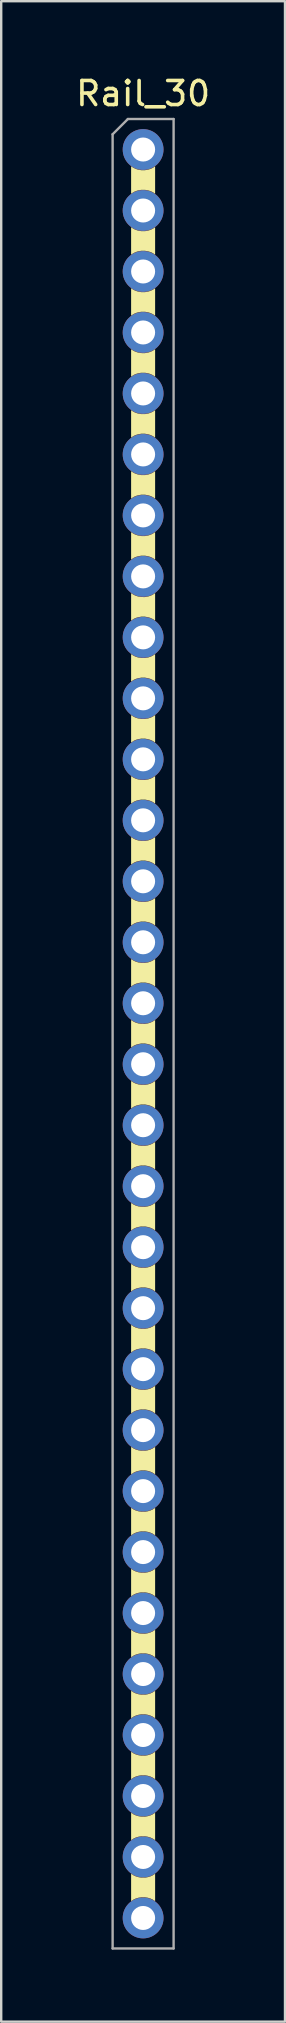
<source format=kicad_pcb>
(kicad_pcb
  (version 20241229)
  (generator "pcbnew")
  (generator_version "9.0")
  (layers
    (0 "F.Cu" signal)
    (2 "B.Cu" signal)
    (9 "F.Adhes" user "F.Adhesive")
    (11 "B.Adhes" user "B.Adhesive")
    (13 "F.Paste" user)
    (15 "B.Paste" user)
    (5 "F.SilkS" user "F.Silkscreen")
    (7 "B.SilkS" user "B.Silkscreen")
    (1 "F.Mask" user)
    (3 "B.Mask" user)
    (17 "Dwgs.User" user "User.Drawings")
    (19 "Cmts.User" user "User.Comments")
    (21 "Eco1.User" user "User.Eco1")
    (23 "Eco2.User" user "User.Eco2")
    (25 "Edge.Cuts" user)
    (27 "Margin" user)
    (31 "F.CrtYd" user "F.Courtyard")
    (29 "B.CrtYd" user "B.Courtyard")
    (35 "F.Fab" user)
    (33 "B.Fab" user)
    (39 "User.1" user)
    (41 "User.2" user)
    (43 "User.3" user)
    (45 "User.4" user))
  (footprint "Rail_30"
    (layer "F.Cu")
    (at 2.911 3.178)
    (property "Reference" "Rail_30" (at 0 -2.33 0) (layer "F.SilkS") (effects (font (size 1 1) (thickness 0.15))))
    (attr through_hole)
    (fp_poly (pts (xy 0.5 1.84) (xy 0.39 1.77) (xy 0.3 1.73) (xy 0.2 1.7) (xy 0.08 1.68) (xy 0 1.68) (xy -0.08 1.68) (xy -0.2 1.7) (xy -0.3 1.73) (xy -0.39 1.77) (xy -0.5 1.84) (xy -0.5 0.7) (xy -0.39 0.77) (xy -0.3 0.81) (xy -0.2 0.84) (xy -0.08 0.86) (xy 0 0.86) (xy 0.08 0.86) (xy 0.2 0.84) (xy 0.3 0.81) (xy 0.39 0.77) (xy 0.5 0.7)) (stroke (width 0) (type solid)) (fill yes) (layer "F.SilkS"))
    (fp_poly (pts (xy 0.5 4.379) (xy 0.39 4.309) (xy 0.3 4.269) (xy 0.2 4.239) (xy 0.08 4.219) (xy 0 4.219) (xy -0.08 4.219) (xy -0.2 4.239) (xy -0.3 4.269) (xy -0.39 4.309) (xy -0.5 4.379) (xy -0.5 3.239) (xy -0.39 3.309) (xy -0.3 3.349) (xy -0.2 3.379) (xy -0.08 3.399) (xy 0 3.4) (xy 0.08 3.4) (xy 0.2 3.379) (xy 0.3 3.349) (xy 0.39 3.309) (xy 0.5 3.239)) (stroke (width 0) (type solid)) (fill yes) (layer "F.SilkS"))
    (fp_poly (pts (xy 0.5 6.919) (xy 0.39 6.849) (xy 0.3 6.809) (xy 0.2 6.779) (xy 0.08 6.759) (xy 0 6.759) (xy -0.08 6.759) (xy -0.2 6.779) (xy -0.3 6.809) (xy -0.39 6.849) (xy -0.5 6.919) (xy -0.5 5.779) (xy -0.39 5.849) (xy -0.3 5.889) (xy -0.2 5.919) (xy -0.08 5.939) (xy 0 5.94) (xy 0.08 5.94) (xy 0.2 5.919) (xy 0.3 5.889) (xy 0.39 5.849) (xy 0.5 5.779)) (stroke (width 0) (type solid)) (fill yes) (layer "F.SilkS"))
    (fp_poly (pts (xy 0.5 9.459) (xy 0.39 9.389) (xy 0.3 9.349) (xy 0.2 9.319) (xy 0.08 9.299) (xy 0 9.299) (xy -0.08 9.299) (xy -0.2 9.319) (xy -0.3 9.349) (xy -0.39 9.389) (xy -0.5 9.459) (xy -0.5 8.319) (xy -0.39 8.389) (xy -0.3 8.429) (xy -0.2 8.459) (xy -0.08 8.479) (xy 0 8.48) (xy 0.08 8.48) (xy 0.2 8.459) (xy 0.3 8.429) (xy 0.39 8.389) (xy 0.5 8.319)) (stroke (width 0) (type solid)) (fill yes) (layer "F.SilkS"))
    (fp_poly (pts (xy 0.5 11.999) (xy 0.39 11.929) (xy 0.3 11.889) (xy 0.2 11.859) (xy 0.08 11.839) (xy 0 11.839) (xy -0.08 11.839) (xy -0.2 11.859) (xy -0.3 11.889) (xy -0.39 11.929) (xy -0.5 11.999) (xy -0.5 10.859) (xy -0.39 10.929) (xy -0.3 10.969) (xy -0.2 10.999) (xy -0.08 11.019) (xy 0 11.02) (xy 0.08 11.02) (xy 0.2 10.999) (xy 0.3 10.969) (xy 0.39 10.929) (xy 0.5 10.859)) (stroke (width 0) (type solid)) (fill yes) (layer "F.SilkS"))
    (fp_poly (pts (xy 0.5 14.539) (xy 0.39 14.469) (xy 0.3 14.429) (xy 0.2 14.399) (xy 0.08 14.379) (xy 0 14.379) (xy -0.08 14.379) (xy -0.2 14.399) (xy -0.3 14.429) (xy -0.39 14.469) (xy -0.5 14.539) (xy -0.5 13.399) (xy -0.39 13.469) (xy -0.3 13.509) (xy -0.2 13.539) (xy -0.08 13.559) (xy 0 13.56) (xy 0.08 13.56) (xy 0.2 13.539) (xy 0.3 13.509) (xy 0.39 13.469) (xy 0.5 13.399)) (stroke (width 0) (type solid)) (fill yes) (layer "F.SilkS"))
    (fp_poly (pts (xy 0.5 17.079) (xy 0.39 17.009) (xy 0.3 16.969) (xy 0.2 16.939) (xy 0.08 16.919) (xy 0 16.919) (xy -0.08 16.919) (xy -0.2 16.939) (xy -0.3 16.969) (xy -0.39 17.009) (xy -0.5 17.079) (xy -0.5 15.939) (xy -0.39 16.009) (xy -0.3 16.049) (xy -0.2 16.079) (xy -0.08 16.099) (xy 0 16.1) (xy 0.08 16.1) (xy 0.2 16.079) (xy 0.3 16.049) (xy 0.39 16.009) (xy 0.5 15.939)) (stroke (width 0) (type solid)) (fill yes) (layer "F.SilkS"))
    (fp_poly (pts (xy 0.5 19.619) (xy 0.39 19.549) (xy 0.3 19.509) (xy 0.2 19.479) (xy 0.08 19.459) (xy 0 19.459) (xy -0.08 19.459) (xy -0.2 19.479) (xy -0.3 19.509) (xy -0.39 19.549) (xy -0.5 19.619) (xy -0.5 18.479) (xy -0.39 18.549) (xy -0.3 18.589) (xy -0.2 18.619) (xy -0.08 18.639) (xy 0 18.64) (xy 0.08 18.64) (xy 0.2 18.619) (xy 0.3 18.589) (xy 0.39 18.549) (xy 0.5 18.479)) (stroke (width 0) (type solid)) (fill yes) (layer "F.SilkS"))
    (fp_poly (pts (xy 0.5 22.159) (xy 0.39 22.089) (xy 0.3 22.049) (xy 0.2 22.019) (xy 0.08 21.999) (xy 0 21.999) (xy -0.08 21.999) (xy -0.2 22.019) (xy -0.3 22.049) (xy -0.39 22.089) (xy -0.5 22.159) (xy -0.5 21.019) (xy -0.39 21.089) (xy -0.3 21.129) (xy -0.2 21.159) (xy -0.08 21.179) (xy 0 21.18) (xy 0.08 21.18) (xy 0.2 21.159) (xy 0.3 21.129) (xy 0.39 21.089) (xy 0.5 21.019)) (stroke (width 0) (type solid)) (fill yes) (layer "F.SilkS"))
    (fp_poly (pts (xy 0.5 24.699) (xy 0.39 24.629) (xy 0.3 24.589) (xy 0.2 24.559) (xy 0.08 24.539) (xy 0 24.539) (xy -0.08 24.539) (xy -0.2 24.559) (xy -0.3 24.589) (xy -0.39 24.629) (xy -0.5 24.699) (xy -0.5 23.559) (xy -0.39 23.629) (xy -0.3 23.669) (xy -0.2 23.699) (xy -0.08 23.719) (xy 0 23.72) (xy 0.08 23.72) (xy 0.2 23.699) (xy 0.3 23.669) (xy 0.39 23.629) (xy 0.5 23.559)) (stroke (width 0) (type solid)) (fill yes) (layer "F.SilkS"))
    (fp_poly (pts (xy 0.5 27.239) (xy 0.39 27.169) (xy 0.3 27.129) (xy 0.2 27.099) (xy 0.08 27.079) (xy 0 27.079) (xy -0.08 27.079) (xy -0.2 27.099) (xy -0.3 27.129) (xy -0.39 27.169) (xy -0.5 27.239) (xy -0.5 26.099) (xy -0.39 26.169) (xy -0.3 26.209) (xy -0.2 26.239) (xy -0.08 26.259) (xy 0 26.26) (xy 0.08 26.26) (xy 0.2 26.239) (xy 0.3 26.209) (xy 0.39 26.169) (xy 0.5 26.099)) (stroke (width 0) (type solid)) (fill yes) (layer "F.SilkS"))
    (fp_poly (pts (xy 0.5 29.779) (xy 0.39 29.709) (xy 0.3 29.669) (xy 0.2 29.639) (xy 0.08 29.619) (xy 0 29.619) (xy -0.08 29.619) (xy -0.2 29.639) (xy -0.3 29.669) (xy -0.39 29.709) (xy -0.5 29.779) (xy -0.5 28.639) (xy -0.39 28.709) (xy -0.3 28.749) (xy -0.2 28.779) (xy -0.08 28.799) (xy 0 28.8) (xy 0.08 28.8) (xy 0.2 28.779) (xy 0.3 28.749) (xy 0.39 28.709) (xy 0.5 28.639)) (stroke (width 0) (type solid)) (fill yes) (layer "F.SilkS"))
    (fp_poly (pts (xy 0.5 32.319) (xy 0.39 32.249) (xy 0.3 32.209) (xy 0.2 32.179) (xy 0.08 32.159) (xy 0 32.159) (xy -0.08 32.159) (xy -0.2 32.179) (xy -0.3 32.209) (xy -0.39 32.249) (xy -0.5 32.319) (xy -0.5 31.179) (xy -0.39 31.249) (xy -0.3 31.289) (xy -0.2 31.319) (xy -0.08 31.339) (xy 0 31.34) (xy 0.08 31.34) (xy 0.2 31.319) (xy 0.3 31.289) (xy 0.39 31.249) (xy 0.5 31.179)) (stroke (width 0) (type solid)) (fill yes) (layer "F.SilkS"))
    (fp_poly (pts (xy 0.5 34.859) (xy 0.39 34.789) (xy 0.3 34.749) (xy 0.2 34.719) (xy 0.08 34.699) (xy 0 34.699) (xy -0.08 34.699) (xy -0.2 34.719) (xy -0.3 34.749) (xy -0.39 34.789) (xy -0.5 34.859) (xy -0.5 33.719) (xy -0.39 33.789) (xy -0.3 33.829) (xy -0.2 33.859) (xy -0.08 33.879) (xy 0 33.88) (xy 0.08 33.88) (xy 0.2 33.859) (xy 0.3 33.829) (xy 0.39 33.789) (xy 0.5 33.719)) (stroke (width 0) (type solid)) (fill yes) (layer "F.SilkS"))
    (fp_poly (pts (xy 0.5 37.399) (xy 0.39 37.329) (xy 0.3 37.289) (xy 0.2 37.259) (xy 0.08 37.239) (xy 0 37.239) (xy -0.08 37.239) (xy -0.2 37.259) (xy -0.3 37.289) (xy -0.39 37.329) (xy -0.5 37.399) (xy -0.5 36.259) (xy -0.39 36.329) (xy -0.3 36.369) (xy -0.2 36.399) (xy -0.08 36.419) (xy 0 36.42) (xy 0.08 36.42) (xy 0.2 36.399) (xy 0.3 36.369) (xy 0.39 36.329) (xy 0.5 36.259)) (stroke (width 0) (type solid)) (fill yes) (layer "F.SilkS"))
    (fp_poly (pts (xy 0.5 39.939) (xy 0.39 39.869) (xy 0.3 39.829) (xy 0.2 39.799) (xy 0.08 39.779) (xy 0 39.779) (xy -0.08 39.779) (xy -0.2 39.799) (xy -0.3 39.829) (xy -0.39 39.869) (xy -0.5 39.939) (xy -0.5 38.799) (xy -0.39 38.869) (xy -0.3 38.909) (xy -0.2 38.939) (xy -0.08 38.959) (xy 0 38.96) (xy 0.08 38.96) (xy 0.2 38.939) (xy 0.3 38.909) (xy 0.39 38.869) (xy 0.5 38.799)) (stroke (width 0) (type solid)) (fill yes) (layer "F.SilkS"))
    (fp_poly (pts (xy 0.5 42.479) (xy 0.39 42.409) (xy 0.3 42.369) (xy 0.2 42.339) (xy 0.08 42.319) (xy 0 42.319) (xy -0.08 42.319) (xy -0.2 42.339) (xy -0.3 42.369) (xy -0.39 42.409) (xy -0.5 42.479) (xy -0.5 41.339) (xy -0.39 41.409) (xy -0.3 41.449) (xy -0.2 41.479) (xy -0.08 41.499) (xy 0 41.5) (xy 0.08 41.5) (xy 0.2 41.479) (xy 0.3 41.449) (xy 0.39 41.409) (xy 0.5 41.339)) (stroke (width 0) (type solid)) (fill yes) (layer "F.SilkS"))
    (fp_poly (pts (xy 0.5 45.019) (xy 0.39 44.949) (xy 0.3 44.909) (xy 0.2 44.879) (xy 0.08 44.859) (xy 0 44.859) (xy -0.08 44.859) (xy -0.2 44.879) (xy -0.3 44.909) (xy -0.39 44.949) (xy -0.5 45.019) (xy -0.5 43.879) (xy -0.39 43.949) (xy -0.3 43.989) (xy -0.2 44.019) (xy -0.08 44.039) (xy 0 44.04) (xy 0.08 44.04) (xy 0.2 44.019) (xy 0.3 43.989) (xy 0.39 43.949) (xy 0.5 43.879)) (stroke (width 0) (type solid)) (fill yes) (layer "F.SilkS"))
    (fp_poly (pts (xy 0.5 47.559) (xy 0.39 47.489) (xy 0.3 47.449) (xy 0.2 47.419) (xy 0.08 47.399) (xy 0 47.399) (xy -0.08 47.399) (xy -0.2 47.419) (xy -0.3 47.449) (xy -0.39 47.489) (xy -0.5 47.559) (xy -0.5 46.419) (xy -0.39 46.489) (xy -0.3 46.529) (xy -0.2 46.559) (xy -0.08 46.579) (xy 0 46.58) (xy 0.08 46.58) (xy 0.2 46.559) (xy 0.3 46.529) (xy 0.39 46.489) (xy 0.5 46.419)) (stroke (width 0) (type solid)) (fill yes) (layer "F.SilkS"))
    (fp_poly (pts (xy 0.5 50.099) (xy 0.39 50.029) (xy 0.3 49.989) (xy 0.2 49.959) (xy 0.08 49.939) (xy 0 49.939) (xy -0.08 49.939) (xy -0.2 49.959) (xy -0.3 49.989) (xy -0.39 50.029) (xy -0.5 50.099) (xy -0.5 48.959) (xy -0.39 49.029) (xy -0.3 49.069) (xy -0.2 49.099) (xy -0.08 49.119) (xy 0 49.12) (xy 0.08 49.12) (xy 0.2 49.099) (xy 0.3 49.069) (xy 0.39 49.029) (xy 0.5 48.959)) (stroke (width 0) (type solid)) (fill yes) (layer "F.SilkS"))
    (fp_poly (pts (xy 0.5 52.639) (xy 0.39 52.569) (xy 0.3 52.529) (xy 0.2 52.499) (xy 0.08 52.479) (xy 0 52.479) (xy -0.08 52.479) (xy -0.2 52.499) (xy -0.3 52.529) (xy -0.39 52.569) (xy -0.5 52.639) (xy -0.5 51.499) (xy -0.39 51.569) (xy -0.3 51.609) (xy -0.2 51.639) (xy -0.08 51.659) (xy 0 51.66) (xy 0.08 51.66) (xy 0.2 51.639) (xy 0.3 51.609) (xy 0.39 51.569) (xy 0.5 51.499)) (stroke (width 0) (type solid)) (fill yes) (layer "F.SilkS"))
    (fp_poly (pts (xy 0.5 55.179) (xy 0.39 55.109) (xy 0.3 55.069) (xy 0.2 55.039) (xy 0.08 55.019) (xy 0 55.019) (xy -0.08 55.019) (xy -0.2 55.039) (xy -0.3 55.069) (xy -0.39 55.109) (xy -0.5 55.179) (xy -0.5 54.039) (xy -0.39 54.109) (xy -0.3 54.149) (xy -0.2 54.179) (xy -0.08 54.199) (xy 0 54.2) (xy 0.08 54.2) (xy 0.2 54.179) (xy 0.3 54.149) (xy 0.39 54.109) (xy 0.5 54.039)) (stroke (width 0) (type solid)) (fill yes) (layer "F.SilkS"))
    (fp_poly (pts (xy 0.5 57.719) (xy 0.39 57.649) (xy 0.3 57.609) (xy 0.2 57.579) (xy 0.08 57.559) (xy 0 57.559) (xy -0.08 57.559) (xy -0.2 57.579) (xy -0.3 57.609) (xy -0.39 57.649) (xy -0.5 57.719) (xy -0.5 56.579) (xy -0.39 56.649) (xy -0.3 56.689) (xy -0.2 56.719) (xy -0.08 56.739) (xy 0 56.74) (xy 0.08 56.74) (xy 0.2 56.719) (xy 0.3 56.689) (xy 0.39 56.649) (xy 0.5 56.579)) (stroke (width 0) (type solid)) (fill yes) (layer "F.SilkS"))
    (fp_poly (pts (xy 0.5 60.259) (xy 0.39 60.189) (xy 0.3 60.149) (xy 0.2 60.119) (xy 0.08 60.099) (xy 0 60.099) (xy -0.08 60.099) (xy -0.2 60.119) (xy -0.3 60.149) (xy -0.39 60.189) (xy -0.5 60.259) (xy -0.5 59.119) (xy -0.39 59.189) (xy -0.3 59.229) (xy -0.2 59.259) (xy -0.08 59.279) (xy 0 59.28) (xy 0.08 59.28) (xy 0.2 59.259) (xy 0.3 59.229) (xy 0.39 59.189) (xy 0.5 59.119)) (stroke (width 0) (type solid)) (fill yes) (layer "F.SilkS"))
    (fp_poly (pts (xy 0.5 62.799) (xy 0.39 62.729) (xy 0.3 62.689) (xy 0.2 62.659) (xy 0.08 62.639) (xy 0 62.639) (xy -0.08 62.639) (xy -0.2 62.659) (xy -0.3 62.689) (xy -0.39 62.729) (xy -0.5 62.799) (xy -0.5 61.659) (xy -0.39 61.729) (xy -0.3 61.769) (xy -0.2 61.799) (xy -0.08 61.819) (xy 0 61.82) (xy 0.08 61.82) (xy 0.2 61.799) (xy 0.3 61.769) (xy 0.39 61.729) (xy 0.5 61.659)) (stroke (width 0) (type solid)) (fill yes) (layer "F.SilkS"))
    (fp_poly (pts (xy 0.5 65.339) (xy 0.39 65.269) (xy 0.3 65.229) (xy 0.2 65.199) (xy 0.08 65.179) (xy 0 65.179) (xy -0.08 65.179) (xy -0.2 65.199) (xy -0.3 65.229) (xy -0.39 65.269) (xy -0.5 65.339) (xy -0.5 64.199) (xy -0.39 64.269) (xy -0.3 64.309) (xy -0.2 64.339) (xy -0.08 64.359) (xy 0 64.36) (xy 0.08 64.36) (xy 0.2 64.339) (xy 0.3 64.309) (xy 0.39 64.269) (xy 0.5 64.199)) (stroke (width 0) (type solid)) (fill yes) (layer "F.SilkS"))
    (fp_poly (pts (xy 0.5 67.879) (xy 0.39 67.809) (xy 0.3 67.769) (xy 0.2 67.739) (xy 0.08 67.719) (xy 0 67.719) (xy -0.08 67.719) (xy -0.2 67.739) (xy -0.3 67.769) (xy -0.39 67.809) (xy -0.5 67.879) (xy -0.5 66.739) (xy -0.39 66.809) (xy -0.3 66.849) (xy -0.2 66.879) (xy -0.08 66.899) (xy 0 66.9) (xy 0.08 66.9) (xy 0.2 66.879) (xy 0.3 66.849) (xy 0.39 66.809) (xy 0.5 66.739)) (stroke (width 0) (type solid)) (fill yes) (layer "F.SilkS"))
    (fp_poly (pts (xy 0.5 70.419) (xy 0.39 70.349) (xy 0.3 70.309) (xy 0.2 70.279) (xy 0.08 70.259) (xy 0 70.259) (xy -0.08 70.259) (xy -0.2 70.279) (xy -0.3 70.309) (xy -0.39 70.349) (xy -0.5 70.419) (xy -0.5 69.279) (xy -0.39 69.349) (xy -0.3 69.389) (xy -0.2 69.419) (xy -0.08 69.439) (xy 0 69.44) (xy 0.08 69.44) (xy 0.2 69.419) (xy 0.3 69.389) (xy 0.39 69.349) (xy 0.5 69.279)) (stroke (width 0) (type solid)) (fill yes) (layer "F.SilkS"))
    (fp_poly (pts (xy 0.5 72.959) (xy 0.39 72.889) (xy 0.3 72.849) (xy 0.2 72.819) (xy 0.08 72.799) (xy 0 72.799) (xy -0.08 72.799) (xy -0.2 72.819) (xy -0.3 72.849) (xy -0.39 72.889) (xy -0.5 72.959) (xy -0.5 71.819) (xy -0.39 71.889) (xy -0.3 71.929) (xy -0.2 71.959) (xy -0.08 71.979) (xy 0 71.98) (xy 0.08 71.98) (xy 0.2 71.959) (xy 0.3 71.929) (xy 0.39 71.889) (xy 0.5 71.819)) (stroke (width 0) (type solid)) (fill yes) (layer "F.SilkS"))
    (fp_line (start -1.27 -0.635) (end -0.635 -1.27) (stroke (width 0.1) (type solid)) (layer "F.Fab"))
    (fp_line (start -1.27 74.93) (end -1.27 -0.635) (stroke (width 0.1) (type solid)) (layer "F.Fab"))
    (fp_line (start -0.635 -1.27) (end 1.27 -1.27) (stroke (width 0.1) (type solid)) (layer "F.Fab"))
    (fp_line (start 1.27 -1.27) (end 1.27 74.93) (stroke (width 0.1) (type solid)) (layer "F.Fab"))
    (fp_line (start 1.27 74.93) (end -1.27 74.93) (stroke (width 0.1) (type solid)) (layer "F.Fab"))
    (pad "1" thru_hole circle (at 0 0) (size 1.7 1.7) (drill 1) (layers "*.Cu" "*.Mask"))
    (pad "2" thru_hole oval (at 0 2.54) (size 1.7 1.7) (drill 1) (layers "*.Cu" "*.Mask"))
    (pad "3" thru_hole oval (at 0 5.08) (size 1.7 1.7) (drill 1) (layers "*.Cu" "*.Mask"))
    (pad "4" thru_hole oval (at 0 7.62) (size 1.7 1.7) (drill 1) (layers "*.Cu" "*.Mask"))
    (pad "5" thru_hole oval (at 0 10.16) (size 1.7 1.7) (drill 1) (layers "*.Cu" "*.Mask"))
    (pad "6" thru_hole oval (at 0 12.7) (size 1.7 1.7) (drill 1) (layers "*.Cu" "*.Mask"))
    (pad "7" thru_hole oval (at 0 15.24) (size 1.7 1.7) (drill 1) (layers "*.Cu" "*.Mask"))
    (pad "8" thru_hole oval (at 0 17.78) (size 1.7 1.7) (drill 1) (layers "*.Cu" "*.Mask"))
    (pad "9" thru_hole oval (at 0 20.32) (size 1.7 1.7) (drill 1) (layers "*.Cu" "*.Mask"))
    (pad "10" thru_hole oval (at 0 22.86) (size 1.7 1.7) (drill 1) (layers "*.Cu" "*.Mask"))
    (pad "11" thru_hole oval (at 0 25.4) (size 1.7 1.7) (drill 1) (layers "*.Cu" "*.Mask"))
    (pad "12" thru_hole oval (at 0 27.94) (size 1.7 1.7) (drill 1) (layers "*.Cu" "*.Mask"))
    (pad "13" thru_hole oval (at 0 30.48) (size 1.7 1.7) (drill 1) (layers "*.Cu" "*.Mask"))
    (pad "14" thru_hole oval (at 0 33.02) (size 1.7 1.7) (drill 1) (layers "*.Cu" "*.Mask"))
    (pad "15" thru_hole oval (at 0 35.56) (size 1.7 1.7) (drill 1) (layers "*.Cu" "*.Mask"))
    (pad "16" thru_hole oval (at 0 38.1) (size 1.7 1.7) (drill 1) (layers "*.Cu" "*.Mask"))
    (pad "17" thru_hole oval (at 0 40.64) (size 1.7 1.7) (drill 1) (layers "*.Cu" "*.Mask"))
    (pad "18" thru_hole oval (at 0 43.18) (size 1.7 1.7) (drill 1) (layers "*.Cu" "*.Mask"))
    (pad "19" thru_hole oval (at 0 45.72) (size 1.7 1.7) (drill 1) (layers "*.Cu" "*.Mask"))
    (pad "20" thru_hole oval (at 0 48.26) (size 1.7 1.7) (drill 1) (layers "*.Cu" "*.Mask"))
    (pad "21" thru_hole oval (at 0 50.8) (size 1.7 1.7) (drill 1) (layers "*.Cu" "*.Mask"))
    (pad "22" thru_hole oval (at 0 53.34) (size 1.7 1.7) (drill 1) (layers "*.Cu" "*.Mask"))
    (pad "23" thru_hole oval (at 0 55.88) (size 1.7 1.7) (drill 1) (layers "*.Cu" "*.Mask"))
    (pad "24" thru_hole oval (at 0 58.42) (size 1.7 1.7) (drill 1) (layers "*.Cu" "*.Mask"))
    (pad "25" thru_hole oval (at 0 60.96) (size 1.7 1.7) (drill 1) (layers "*.Cu" "*.Mask"))
    (pad "26" thru_hole oval (at 0 63.5) (size 1.7 1.7) (drill 1) (layers "*.Cu" "*.Mask"))
    (pad "27" thru_hole oval (at 0 66.04) (size 1.7 1.7) (drill 1) (layers "*.Cu" "*.Mask"))
    (pad "28" thru_hole oval (at 0 68.58) (size 1.7 1.7) (drill 1) (layers "*.Cu" "*.Mask"))
    (pad "29" thru_hole oval (at 0 71.12) (size 1.7 1.7) (drill 1) (layers "*.Cu" "*.Mask"))
    (pad "30" thru_hole oval (at 0 73.66) (size 1.7 1.7) (drill 1) (layers "*.Cu" "*.Mask")))
  (gr_rect
    (start -3 -3)
    (end 8.821 81.158)
    (stroke (width 0.1) (type default))
    (fill no)
    (layer "Edge.Cuts")))
</source>
